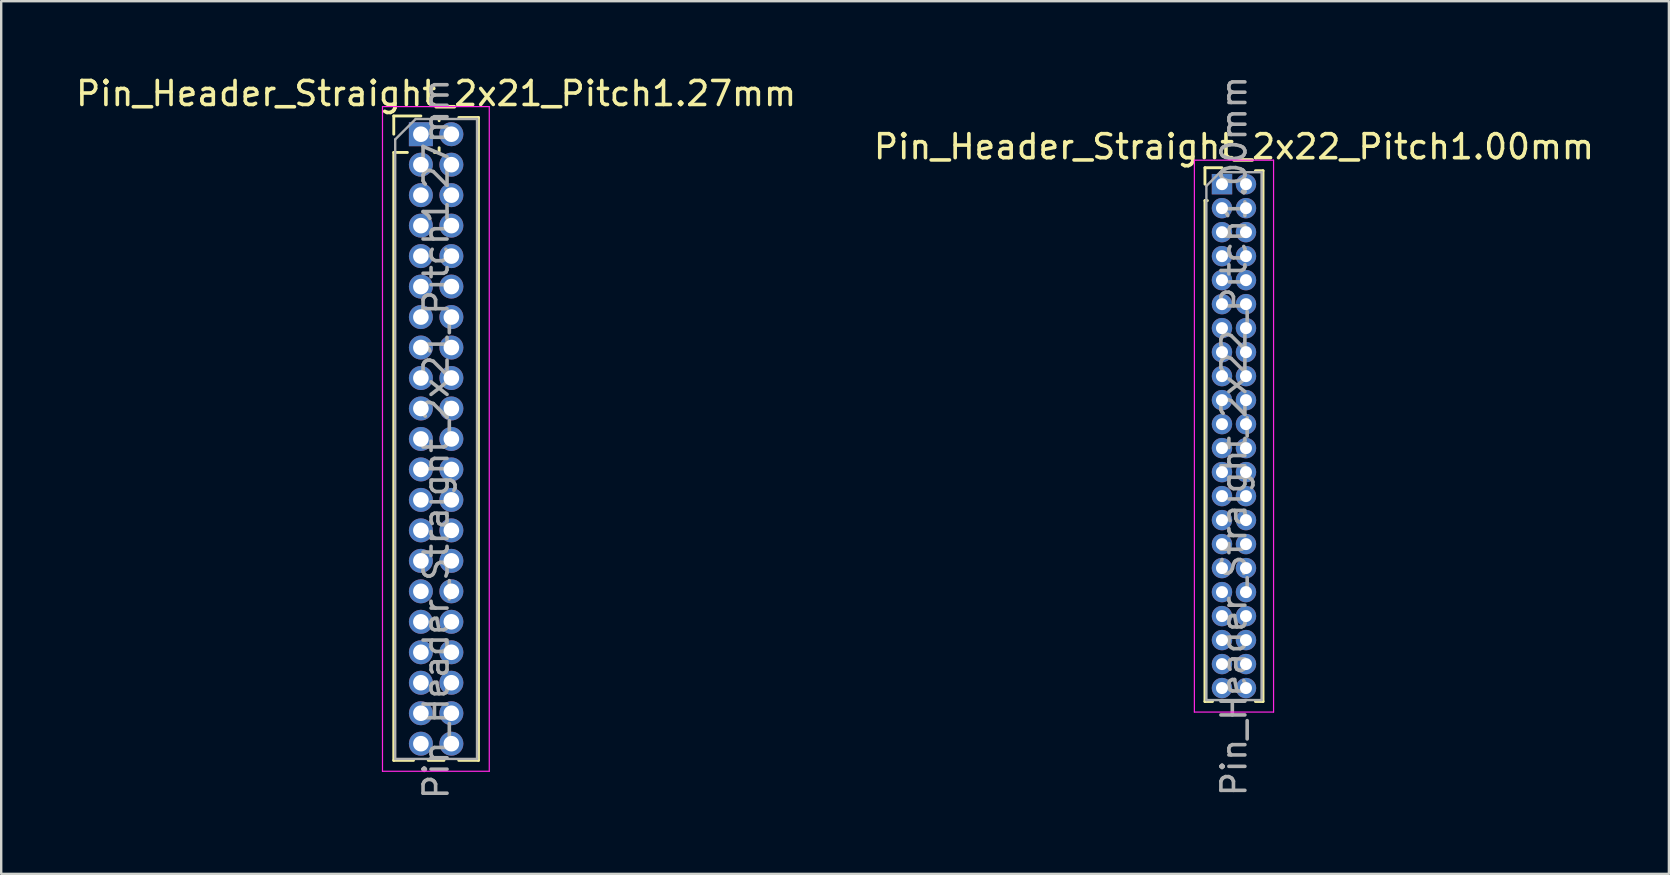
<source format=kicad_pcb>
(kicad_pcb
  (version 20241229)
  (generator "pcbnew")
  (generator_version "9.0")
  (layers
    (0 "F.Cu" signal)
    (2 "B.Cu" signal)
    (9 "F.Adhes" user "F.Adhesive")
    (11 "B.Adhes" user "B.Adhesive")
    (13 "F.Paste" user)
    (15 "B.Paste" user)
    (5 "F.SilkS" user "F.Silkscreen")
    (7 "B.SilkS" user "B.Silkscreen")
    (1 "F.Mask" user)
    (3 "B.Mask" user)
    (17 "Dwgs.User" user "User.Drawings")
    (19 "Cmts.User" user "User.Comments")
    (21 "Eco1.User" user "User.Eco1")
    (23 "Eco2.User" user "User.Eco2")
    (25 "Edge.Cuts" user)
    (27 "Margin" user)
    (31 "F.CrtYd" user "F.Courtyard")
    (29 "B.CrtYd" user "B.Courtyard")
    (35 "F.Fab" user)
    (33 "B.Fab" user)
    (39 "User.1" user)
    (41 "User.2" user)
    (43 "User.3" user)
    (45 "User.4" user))
  (footprint "Pin_Header_Straight_2x22_Pitch1.00mm"
    (layer "F.Cu")
    (at 47.875 4.625)
    (property "Reference" "Pin_Header_Straight_2x22_Pitch1.00mm" (at 0.5 -1.56 0) (layer "F.SilkS") (effects (font (size 1 1) (thickness 0.15))))
    (attr through_hole)
    (fp_line (start -0.71 -0.685) (end 0 -0.685) (stroke (width 0.12) (type solid)) (layer "F.SilkS"))
    (fp_line (start -0.71 0) (end -0.71 -0.685) (stroke (width 0.12) (type solid)) (layer "F.SilkS"))
    (fp_line (start -0.71 0.685) (end -0.71 21.56) (stroke (width 0.12) (type solid)) (layer "F.SilkS"))
    (fp_line (start -0.71 0.685) (end -0.608 0.685) (stroke (width 0.12) (type solid)) (layer "F.SilkS"))
    (fp_line (start -0.71 21.56) (end -0.394 21.56) (stroke (width 0.12) (type solid)) (layer "F.SilkS"))
    (fp_line (start 0.394 21.56) (end 0.606 21.56) (stroke (width 0.12) (type solid)) (layer "F.SilkS"))
    (fp_line (start 1.394 -0.56) (end 1.71 -0.56) (stroke (width 0.12) (type solid)) (layer "F.SilkS"))
    (fp_line (start 1.394 21.56) (end 1.71 21.56) (stroke (width 0.12) (type solid)) (layer "F.SilkS"))
    (fp_line (start 1.71 -0.56) (end 1.71 21.56) (stroke (width 0.12) (type solid)) (layer "F.SilkS"))
    (fp_line (start -1.15 -1) (end -1.15 22) (stroke (width 0.05) (type solid)) (layer "F.CrtYd"))
    (fp_line (start -1.15 22) (end 2.15 22) (stroke (width 0.05) (type solid)) (layer "F.CrtYd"))
    (fp_line (start 2.15 -1) (end -1.15 -1) (stroke (width 0.05) (type solid)) (layer "F.CrtYd"))
    (fp_line (start 2.15 22) (end 2.15 -1) (stroke (width 0.05) (type solid)) (layer "F.CrtYd"))
    (fp_line (start -0.65 0.075) (end -0.075 -0.5) (stroke (width 0.1) (type solid)) (layer "F.Fab"))
    (fp_line (start -0.65 21.5) (end -0.65 0.075) (stroke (width 0.1) (type solid)) (layer "F.Fab"))
    (fp_line (start -0.075 -0.5) (end 1.65 -0.5) (stroke (width 0.1) (type solid)) (layer "F.Fab"))
    (fp_line (start 1.65 -0.5) (end 1.65 21.5) (stroke (width 0.1) (type solid)) (layer "F.Fab"))
    (fp_line (start 1.65 21.5) (end -0.65 21.5) (stroke (width 0.1) (type solid)) (layer "F.Fab"))
    (fp_text user "${REFERENCE}" (at 0.5 10.5 90) (layer "F.Fab") (effects (font (size 1 1) (thickness 0.15))))
    (pad "1" thru_hole rect (at 0 0) (size 0.85 0.85) (drill 0.5) (layers "*.Cu" "*.Mask"))
    (pad "2" thru_hole oval (at 1 0) (size 0.85 0.85) (drill 0.5) (layers "*.Cu" "*.Mask"))
    (pad "3" thru_hole oval (at 0 1) (size 0.85 0.85) (drill 0.5) (layers "*.Cu" "*.Mask"))
    (pad "4" thru_hole oval (at 1 1) (size 0.85 0.85) (drill 0.5) (layers "*.Cu" "*.Mask"))
    (pad "5" thru_hole oval (at 0 2) (size 0.85 0.85) (drill 0.5) (layers "*.Cu" "*.Mask"))
    (pad "6" thru_hole oval (at 1 2) (size 0.85 0.85) (drill 0.5) (layers "*.Cu" "*.Mask"))
    (pad "7" thru_hole oval (at 0 3) (size 0.85 0.85) (drill 0.5) (layers "*.Cu" "*.Mask"))
    (pad "8" thru_hole oval (at 1 3) (size 0.85 0.85) (drill 0.5) (layers "*.Cu" "*.Mask"))
    (pad "9" thru_hole oval (at 0 4) (size 0.85 0.85) (drill 0.5) (layers "*.Cu" "*.Mask"))
    (pad "10" thru_hole oval (at 1 4) (size 0.85 0.85) (drill 0.5) (layers "*.Cu" "*.Mask"))
    (pad "11" thru_hole oval (at 0 5) (size 0.85 0.85) (drill 0.5) (layers "*.Cu" "*.Mask"))
    (pad "12" thru_hole oval (at 1 5) (size 0.85 0.85) (drill 0.5) (layers "*.Cu" "*.Mask"))
    (pad "13" thru_hole oval (at 0 6) (size 0.85 0.85) (drill 0.5) (layers "*.Cu" "*.Mask"))
    (pad "14" thru_hole oval (at 1 6) (size 0.85 0.85) (drill 0.5) (layers "*.Cu" "*.Mask"))
    (pad "15" thru_hole oval (at 0 7) (size 0.85 0.85) (drill 0.5) (layers "*.Cu" "*.Mask"))
    (pad "16" thru_hole oval (at 1 7) (size 0.85 0.85) (drill 0.5) (layers "*.Cu" "*.Mask"))
    (pad "17" thru_hole oval (at 0 8) (size 0.85 0.85) (drill 0.5) (layers "*.Cu" "*.Mask"))
    (pad "18" thru_hole oval (at 1 8) (size 0.85 0.85) (drill 0.5) (layers "*.Cu" "*.Mask"))
    (pad "19" thru_hole oval (at 0 9) (size 0.85 0.85) (drill 0.5) (layers "*.Cu" "*.Mask"))
    (pad "20" thru_hole oval (at 1 9) (size 0.85 0.85) (drill 0.5) (layers "*.Cu" "*.Mask"))
    (pad "21" thru_hole oval (at 0 10) (size 0.85 0.85) (drill 0.5) (layers "*.Cu" "*.Mask"))
    (pad "22" thru_hole oval (at 1 10) (size 0.85 0.85) (drill 0.5) (layers "*.Cu" "*.Mask"))
    (pad "23" thru_hole oval (at 0 11) (size 0.85 0.85) (drill 0.5) (layers "*.Cu" "*.Mask"))
    (pad "24" thru_hole oval (at 1 11) (size 0.85 0.85) (drill 0.5) (layers "*.Cu" "*.Mask"))
    (pad "25" thru_hole oval (at 0 12) (size 0.85 0.85) (drill 0.5) (layers "*.Cu" "*.Mask"))
    (pad "26" thru_hole oval (at 1 12) (size 0.85 0.85) (drill 0.5) (layers "*.Cu" "*.Mask"))
    (pad "27" thru_hole oval (at 0 13) (size 0.85 0.85) (drill 0.5) (layers "*.Cu" "*.Mask"))
    (pad "28" thru_hole oval (at 1 13) (size 0.85 0.85) (drill 0.5) (layers "*.Cu" "*.Mask"))
    (pad "29" thru_hole oval (at 0 14) (size 0.85 0.85) (drill 0.5) (layers "*.Cu" "*.Mask"))
    (pad "30" thru_hole oval (at 1 14) (size 0.85 0.85) (drill 0.5) (layers "*.Cu" "*.Mask"))
    (pad "31" thru_hole oval (at 0 15) (size 0.85 0.85) (drill 0.5) (layers "*.Cu" "*.Mask"))
    (pad "32" thru_hole oval (at 1 15) (size 0.85 0.85) (drill 0.5) (layers "*.Cu" "*.Mask"))
    (pad "33" thru_hole oval (at 0 16) (size 0.85 0.85) (drill 0.5) (layers "*.Cu" "*.Mask"))
    (pad "34" thru_hole oval (at 1 16) (size 0.85 0.85) (drill 0.5) (layers "*.Cu" "*.Mask"))
    (pad "35" thru_hole oval (at 0 17) (size 0.85 0.85) (drill 0.5) (layers "*.Cu" "*.Mask"))
    (pad "36" thru_hole oval (at 1 17) (size 0.85 0.85) (drill 0.5) (layers "*.Cu" "*.Mask"))
    (pad "37" thru_hole oval (at 0 18) (size 0.85 0.85) (drill 0.5) (layers "*.Cu" "*.Mask"))
    (pad "38" thru_hole oval (at 1 18) (size 0.85 0.85) (drill 0.5) (layers "*.Cu" "*.Mask"))
    (pad "39" thru_hole oval (at 0 19) (size 0.85 0.85) (drill 0.5) (layers "*.Cu" "*.Mask"))
    (pad "40" thru_hole oval (at 1 19) (size 0.85 0.85) (drill 0.5) (layers "*.Cu" "*.Mask"))
    (pad "41" thru_hole oval (at 0 20) (size 0.85 0.85) (drill 0.5) (layers "*.Cu" "*.Mask"))
    (pad "42" thru_hole oval (at 1 20) (size 0.85 0.85) (drill 0.5) (layers "*.Cu" "*.Mask"))
    (pad "43" thru_hole oval (at 0 21) (size 0.85 0.85) (drill 0.5) (layers "*.Cu" "*.Mask"))
    (pad "44" thru_hole oval (at 1 21) (size 0.85 0.85) (drill 0.5) (layers "*.Cu" "*.Mask")))
  (footprint "Pin_Header_Straight_2x21_Pitch1.27mm"
    (layer "F.Cu")
    (at 14.49 2.543)
    (property "Reference" "Pin_Header_Straight_2x21_Pitch1.27mm" (at 0.635 -1.695 0) (layer "F.SilkS") (effects (font (size 1 1) (thickness 0.15))))
    (attr through_hole)
    (fp_line (start -1.13 -0.76) (end 0 -0.76) (stroke (width 0.12) (type solid)) (layer "F.SilkS"))
    (fp_line (start -1.13 0) (end -1.13 -0.76) (stroke (width 0.12) (type solid)) (layer "F.SilkS"))
    (fp_line (start -1.13 0.76) (end -1.13 26.095) (stroke (width 0.12) (type solid)) (layer "F.SilkS"))
    (fp_line (start -1.13 0.76) (end -0.563 0.76) (stroke (width 0.12) (type solid)) (layer "F.SilkS"))
    (fp_line (start -1.13 26.095) (end -0.308 26.095) (stroke (width 0.12) (type solid)) (layer "F.SilkS"))
    (fp_line (start 0.308 26.095) (end 0.962 26.095) (stroke (width 0.12) (type solid)) (layer "F.SilkS"))
    (fp_line (start 0.563 0.76) (end 0.707 0.76) (stroke (width 0.12) (type solid)) (layer "F.SilkS"))
    (fp_line (start 0.76 -0.695) (end 0.962 -0.695) (stroke (width 0.12) (type solid)) (layer "F.SilkS"))
    (fp_line (start 0.76 -0.563) (end 0.76 -0.695) (stroke (width 0.12) (type solid)) (layer "F.SilkS"))
    (fp_line (start 0.76 0.707) (end 0.76 0.563) (stroke (width 0.12) (type solid)) (layer "F.SilkS"))
    (fp_line (start 1.578 -0.695) (end 2.4 -0.695) (stroke (width 0.12) (type solid)) (layer "F.SilkS"))
    (fp_line (start 1.578 26.095) (end 2.4 26.095) (stroke (width 0.12) (type solid)) (layer "F.SilkS"))
    (fp_line (start 2.4 -0.695) (end 2.4 26.095) (stroke (width 0.12) (type solid)) (layer "F.SilkS"))
    (fp_line (start -1.6 -1.15) (end -1.6 26.55) (stroke (width 0.05) (type solid)) (layer "F.CrtYd"))
    (fp_line (start -1.6 26.55) (end 2.85 26.55) (stroke (width 0.05) (type solid)) (layer "F.CrtYd"))
    (fp_line (start 2.85 -1.15) (end -1.6 -1.15) (stroke (width 0.05) (type solid)) (layer "F.CrtYd"))
    (fp_line (start 2.85 26.55) (end 2.85 -1.15) (stroke (width 0.05) (type solid)) (layer "F.CrtYd"))
    (fp_line (start -1.07 0.217) (end -0.217 -0.635) (stroke (width 0.1) (type solid)) (layer "F.Fab"))
    (fp_line (start -1.07 26.035) (end -1.07 0.217) (stroke (width 0.1) (type solid)) (layer "F.Fab"))
    (fp_line (start -0.217 -0.635) (end 2.34 -0.635) (stroke (width 0.1) (type solid)) (layer "F.Fab"))
    (fp_line (start 2.34 -0.635) (end 2.34 26.035) (stroke (width 0.1) (type solid)) (layer "F.Fab"))
    (fp_line (start 2.34 26.035) (end -1.07 26.035) (stroke (width 0.1) (type solid)) (layer "F.Fab"))
    (fp_text user "${REFERENCE}" (at 0.635 12.7 90) (layer "F.Fab") (effects (font (size 1 1) (thickness 0.15))))
    (pad "1" thru_hole rect (at 0 0) (size 1 1) (drill 0.65) (layers "*.Cu" "*.Mask"))
    (pad "2" thru_hole oval (at 1.27 0) (size 1 1) (drill 0.65) (layers "*.Cu" "*.Mask"))
    (pad "3" thru_hole oval (at 0 1.27) (size 1 1) (drill 0.65) (layers "*.Cu" "*.Mask"))
    (pad "4" thru_hole oval (at 1.27 1.27) (size 1 1) (drill 0.65) (layers "*.Cu" "*.Mask"))
    (pad "5" thru_hole oval (at 0 2.54) (size 1 1) (drill 0.65) (layers "*.Cu" "*.Mask"))
    (pad "6" thru_hole oval (at 1.27 2.54) (size 1 1) (drill 0.65) (layers "*.Cu" "*.Mask"))
    (pad "7" thru_hole oval (at 0 3.81) (size 1 1) (drill 0.65) (layers "*.Cu" "*.Mask"))
    (pad "8" thru_hole oval (at 1.27 3.81) (size 1 1) (drill 0.65) (layers "*.Cu" "*.Mask"))
    (pad "9" thru_hole oval (at 0 5.08) (size 1 1) (drill 0.65) (layers "*.Cu" "*.Mask"))
    (pad "10" thru_hole oval (at 1.27 5.08) (size 1 1) (drill 0.65) (layers "*.Cu" "*.Mask"))
    (pad "11" thru_hole oval (at 0 6.35) (size 1 1) (drill 0.65) (layers "*.Cu" "*.Mask"))
    (pad "12" thru_hole oval (at 1.27 6.35) (size 1 1) (drill 0.65) (layers "*.Cu" "*.Mask"))
    (pad "13" thru_hole oval (at 0 7.62) (size 1 1) (drill 0.65) (layers "*.Cu" "*.Mask"))
    (pad "14" thru_hole oval (at 1.27 7.62) (size 1 1) (drill 0.65) (layers "*.Cu" "*.Mask"))
    (pad "15" thru_hole oval (at 0 8.89) (size 1 1) (drill 0.65) (layers "*.Cu" "*.Mask"))
    (pad "16" thru_hole oval (at 1.27 8.89) (size 1 1) (drill 0.65) (layers "*.Cu" "*.Mask"))
    (pad "17" thru_hole oval (at 0 10.16) (size 1 1) (drill 0.65) (layers "*.Cu" "*.Mask"))
    (pad "18" thru_hole oval (at 1.27 10.16) (size 1 1) (drill 0.65) (layers "*.Cu" "*.Mask"))
    (pad "19" thru_hole oval (at 0 11.43) (size 1 1) (drill 0.65) (layers "*.Cu" "*.Mask"))
    (pad "20" thru_hole oval (at 1.27 11.43) (size 1 1) (drill 0.65) (layers "*.Cu" "*.Mask"))
    (pad "21" thru_hole oval (at 0 12.7) (size 1 1) (drill 0.65) (layers "*.Cu" "*.Mask"))
    (pad "22" thru_hole oval (at 1.27 12.7) (size 1 1) (drill 0.65) (layers "*.Cu" "*.Mask"))
    (pad "23" thru_hole oval (at 0 13.97) (size 1 1) (drill 0.65) (layers "*.Cu" "*.Mask"))
    (pad "24" thru_hole oval (at 1.27 13.97) (size 1 1) (drill 0.65) (layers "*.Cu" "*.Mask"))
    (pad "25" thru_hole oval (at 0 15.24) (size 1 1) (drill 0.65) (layers "*.Cu" "*.Mask"))
    (pad "26" thru_hole oval (at 1.27 15.24) (size 1 1) (drill 0.65) (layers "*.Cu" "*.Mask"))
    (pad "27" thru_hole oval (at 0 16.51) (size 1 1) (drill 0.65) (layers "*.Cu" "*.Mask"))
    (pad "28" thru_hole oval (at 1.27 16.51) (size 1 1) (drill 0.65) (layers "*.Cu" "*.Mask"))
    (pad "29" thru_hole oval (at 0 17.78) (size 1 1) (drill 0.65) (layers "*.Cu" "*.Mask"))
    (pad "30" thru_hole oval (at 1.27 17.78) (size 1 1) (drill 0.65) (layers "*.Cu" "*.Mask"))
    (pad "31" thru_hole oval (at 0 19.05) (size 1 1) (drill 0.65) (layers "*.Cu" "*.Mask"))
    (pad "32" thru_hole oval (at 1.27 19.05) (size 1 1) (drill 0.65) (layers "*.Cu" "*.Mask"))
    (pad "33" thru_hole oval (at 0 20.32) (size 1 1) (drill 0.65) (layers "*.Cu" "*.Mask"))
    (pad "34" thru_hole oval (at 1.27 20.32) (size 1 1) (drill 0.65) (layers "*.Cu" "*.Mask"))
    (pad "35" thru_hole oval (at 0 21.59) (size 1 1) (drill 0.65) (layers "*.Cu" "*.Mask"))
    (pad "36" thru_hole oval (at 1.27 21.59) (size 1 1) (drill 0.65) (layers "*.Cu" "*.Mask"))
    (pad "37" thru_hole oval (at 0 22.86) (size 1 1) (drill 0.65) (layers "*.Cu" "*.Mask"))
    (pad "38" thru_hole oval (at 1.27 22.86) (size 1 1) (drill 0.65) (layers "*.Cu" "*.Mask"))
    (pad "39" thru_hole oval (at 0 24.13) (size 1 1) (drill 0.65) (layers "*.Cu" "*.Mask"))
    (pad "40" thru_hole oval (at 1.27 24.13) (size 1 1) (drill 0.65) (layers "*.Cu" "*.Mask"))
    (pad "41" thru_hole oval (at 0 25.4) (size 1 1) (drill 0.65) (layers "*.Cu" "*.Mask"))
    (pad "42" thru_hole oval (at 1.27 25.4) (size 1 1) (drill 0.65) (layers "*.Cu" "*.Mask")))
  (gr_rect
    (start -3 -3)
    (end 66.5 33.368)
    (stroke (width 0.1) (type default))
    (fill no)
    (layer "Edge.Cuts")))
</source>
